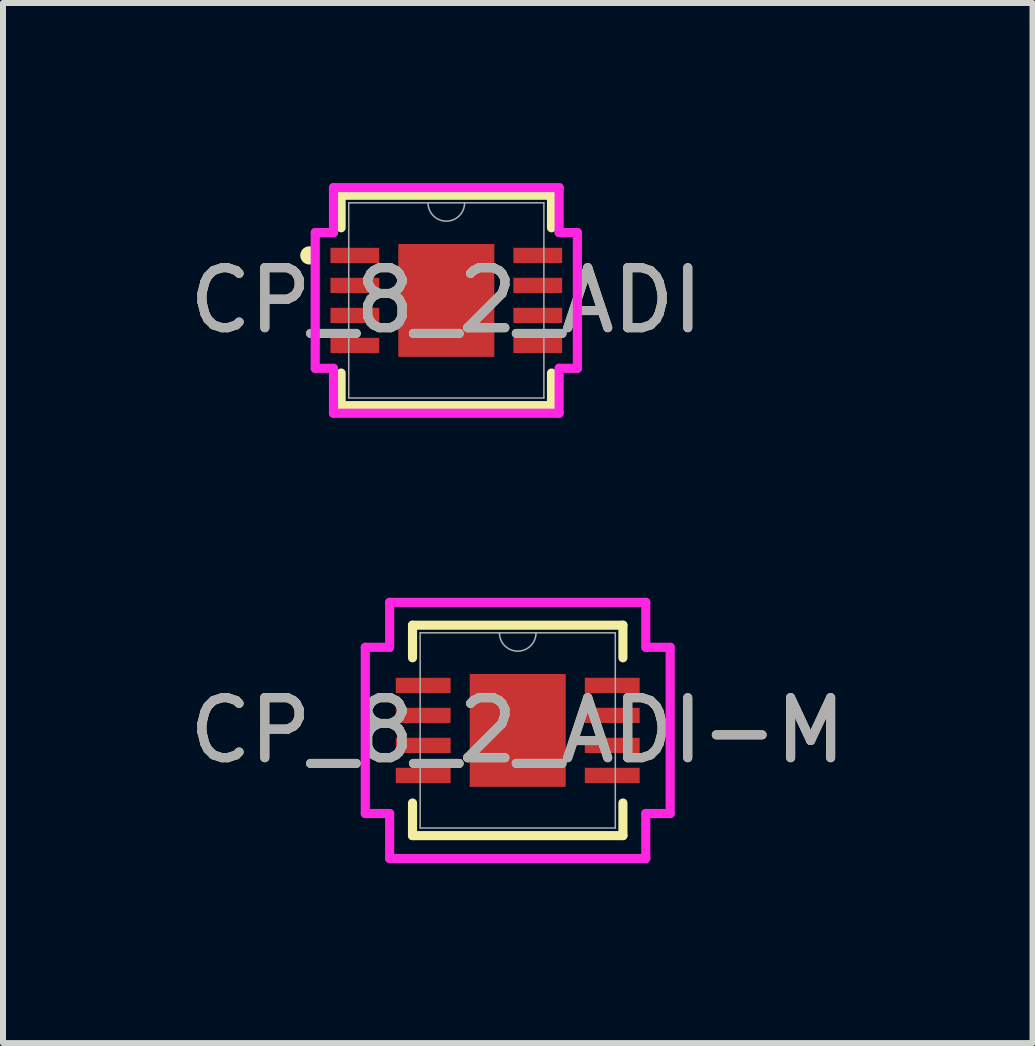
<source format=kicad_pcb>
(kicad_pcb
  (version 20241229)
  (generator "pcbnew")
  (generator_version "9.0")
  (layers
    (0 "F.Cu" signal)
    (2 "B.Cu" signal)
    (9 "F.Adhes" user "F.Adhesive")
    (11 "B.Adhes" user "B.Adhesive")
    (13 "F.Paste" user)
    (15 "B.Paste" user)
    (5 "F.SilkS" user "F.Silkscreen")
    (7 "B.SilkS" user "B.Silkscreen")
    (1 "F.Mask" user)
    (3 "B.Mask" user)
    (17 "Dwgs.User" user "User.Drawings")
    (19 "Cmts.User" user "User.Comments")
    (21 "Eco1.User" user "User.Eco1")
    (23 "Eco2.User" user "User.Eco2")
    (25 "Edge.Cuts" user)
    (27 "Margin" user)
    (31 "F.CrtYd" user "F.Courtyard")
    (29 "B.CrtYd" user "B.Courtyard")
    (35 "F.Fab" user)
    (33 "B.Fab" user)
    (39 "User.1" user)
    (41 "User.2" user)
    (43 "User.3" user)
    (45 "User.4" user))
  (footprint "CP_8_2_ADI"
    (layer "F.Cu")
    (at 4.387 1.956)
    (property "Reference" "CP_8_2_ADI" (at 0 0 0) (unlocked yes) (layer "F.SilkS") (effects (font (size 1 1) (thickness 0.15))))
    (attr smd)
    (fp_line (start -1.753 -1.753) (end -1.753 -1.21) (stroke (width 0.152) (type solid)) (layer "F.SilkS"))
    (fp_line (start -1.753 1.21) (end -1.753 1.753) (stroke (width 0.152) (type solid)) (layer "F.SilkS"))
    (fp_line (start -1.753 1.753) (end 1.753 1.753) (stroke (width 0.152) (type solid)) (layer "F.SilkS"))
    (fp_line (start 1.753 -1.753) (end -1.753 -1.753) (stroke (width 0.152) (type solid)) (layer "F.SilkS"))
    (fp_line (start 1.753 -1.21) (end 1.753 -1.753) (stroke (width 0.152) (type solid)) (layer "F.SilkS"))
    (fp_line (start 1.753 1.753) (end 1.753 1.21) (stroke (width 0.152) (type solid)) (layer "F.SilkS"))
    (fp_arc (start -2.26314 -0.676171) (mid -2.3582 -0.75) (end -2.26314 -0.823829) (stroke (width 0.1524) (type solid)) (layer "F.SilkS"))
    (fp_line (start -2.184 -1.131) (end -1.88 -1.131) (stroke (width 0.152) (type solid)) (layer "F.CrtYd"))
    (fp_line (start -2.184 1.131) (end -2.184 -1.131) (stroke (width 0.152) (type solid)) (layer "F.CrtYd"))
    (fp_line (start -2.184 1.131) (end -1.88 1.131) (stroke (width 0.152) (type solid)) (layer "F.CrtYd"))
    (fp_line (start -1.88 -1.88) (end 1.88 -1.88) (stroke (width 0.152) (type solid)) (layer "F.CrtYd"))
    (fp_line (start -1.88 -1.131) (end -1.88 -1.88) (stroke (width 0.152) (type solid)) (layer "F.CrtYd"))
    (fp_line (start -1.88 1.88) (end -1.88 1.131) (stroke (width 0.152) (type solid)) (layer "F.CrtYd"))
    (fp_line (start 1.88 -1.88) (end 1.88 -1.131) (stroke (width 0.152) (type solid)) (layer "F.CrtYd"))
    (fp_line (start 1.88 1.131) (end 1.88 1.88) (stroke (width 0.152) (type solid)) (layer "F.CrtYd"))
    (fp_line (start 1.88 1.88) (end -1.88 1.88) (stroke (width 0.152) (type solid)) (layer "F.CrtYd"))
    (fp_line (start 2.184 -1.131) (end 1.88 -1.131) (stroke (width 0.152) (type solid)) (layer "F.CrtYd"))
    (fp_line (start 2.184 -1.131) (end 2.184 1.131) (stroke (width 0.152) (type solid)) (layer "F.CrtYd"))
    (fp_line (start 2.184 1.131) (end 1.88 1.131) (stroke (width 0.152) (type solid)) (layer "F.CrtYd"))
    (fp_line (start -1.626 -1.626) (end -1.626 1.626) (stroke (width 0.025) (type solid)) (layer "F.Fab"))
    (fp_line (start -1.626 1.626) (end 1.626 1.626) (stroke (width 0.025) (type solid)) (layer "F.Fab"))
    (fp_line (start 1.626 -1.626) (end -1.626 -1.626) (stroke (width 0.025) (type solid)) (layer "F.Fab"))
    (fp_line (start 1.626 1.626) (end 1.626 -1.626) (stroke (width 0.025) (type solid)) (layer "F.Fab"))
    (fp_arc (start 0.3048 -1.6256) (mid 0 -1.3208) (end -0.3048 -1.6256) (stroke (width 0.0254) (type solid)) (layer "F.Fab"))
    (fp_text user "${REFERENCE}" (at 0 0 0) (unlocked yes) (layer "F.Fab") (effects (font (size 1 1) (thickness 0.15))))
    (pad "1" smd rect (at -1.524 -0.75) (size 0.813 0.254) (layers "F.Cu" "F.Mask" "F.Paste"))
    (pad "2" smd rect (at -1.524 -0.25) (size 0.813 0.254) (layers "F.Cu" "F.Mask" "F.Paste"))
    (pad "3" smd rect (at -1.524 0.25) (size 0.813 0.254) (layers "F.Cu" "F.Mask" "F.Paste"))
    (pad "4" smd rect (at -1.524 0.75) (size 0.813 0.254) (layers "F.Cu" "F.Mask" "F.Paste"))
    (pad "5" smd rect (at 1.524 0.75) (size 0.813 0.254) (layers "F.Cu" "F.Mask" "F.Paste"))
    (pad "6" smd rect (at 1.524 0.25) (size 0.813 0.254) (layers "F.Cu" "F.Mask" "F.Paste"))
    (pad "7" smd rect (at 1.524 -0.25) (size 0.813 0.254) (layers "F.Cu" "F.Mask" "F.Paste"))
    (pad "8" smd rect (at 1.524 -0.75) (size 0.813 0.254) (layers "F.Cu" "F.Mask" "F.Paste"))
    (pad "9" smd rect (at 0 0) (size 1.6 1.88) (layers "F.Cu" "F.Mask" "F.Paste")))
  (footprint "CP_8_2_ADI-M"
    (layer "F.Cu")
    (at 5.577 9.121)
    (property "Reference" "CP_8_2_ADI-M" (at 0 0 0) (unlocked yes) (layer "F.SilkS") (effects (font (size 1 1) (thickness 0.15))))
    (attr smd)
    (fp_line (start -1.753 -1.753) (end -1.753 -1.21) (stroke (width 0.152) (type solid)) (layer "F.SilkS"))
    (fp_line (start -1.753 1.21) (end -1.753 1.753) (stroke (width 0.152) (type solid)) (layer "F.SilkS"))
    (fp_line (start -1.753 1.753) (end 1.753 1.753) (stroke (width 0.152) (type solid)) (layer "F.SilkS"))
    (fp_line (start 1.753 -1.753) (end -1.753 -1.753) (stroke (width 0.152) (type solid)) (layer "F.SilkS"))
    (fp_line (start 1.753 -1.21) (end 1.753 -1.753) (stroke (width 0.152) (type solid)) (layer "F.SilkS"))
    (fp_line (start 1.753 1.753) (end 1.753 1.21) (stroke (width 0.152) (type solid)) (layer "F.SilkS"))
    (fp_line (start -2.54 -1.385) (end -2.134 -1.385) (stroke (width 0.152) (type solid)) (layer "F.CrtYd"))
    (fp_line (start -2.54 1.385) (end -2.54 -1.385) (stroke (width 0.152) (type solid)) (layer "F.CrtYd"))
    (fp_line (start -2.54 1.385) (end -2.134 1.385) (stroke (width 0.152) (type solid)) (layer "F.CrtYd"))
    (fp_line (start -2.134 -2.134) (end 2.134 -2.134) (stroke (width 0.152) (type solid)) (layer "F.CrtYd"))
    (fp_line (start -2.134 -1.385) (end -2.134 -2.134) (stroke (width 0.152) (type solid)) (layer "F.CrtYd"))
    (fp_line (start -2.134 2.134) (end -2.134 1.385) (stroke (width 0.152) (type solid)) (layer "F.CrtYd"))
    (fp_line (start 2.134 -2.134) (end 2.134 -1.385) (stroke (width 0.152) (type solid)) (layer "F.CrtYd"))
    (fp_line (start 2.134 1.385) (end 2.134 2.134) (stroke (width 0.152) (type solid)) (layer "F.CrtYd"))
    (fp_line (start 2.134 2.134) (end -2.134 2.134) (stroke (width 0.152) (type solid)) (layer "F.CrtYd"))
    (fp_line (start 2.54 -1.385) (end 2.134 -1.385) (stroke (width 0.152) (type solid)) (layer "F.CrtYd"))
    (fp_line (start 2.54 -1.385) (end 2.54 1.385) (stroke (width 0.152) (type solid)) (layer "F.CrtYd"))
    (fp_line (start 2.54 1.385) (end 2.134 1.385) (stroke (width 0.152) (type solid)) (layer "F.CrtYd"))
    (fp_line (start -1.626 -1.626) (end -1.626 1.626) (stroke (width 0.025) (type solid)) (layer "F.Fab"))
    (fp_line (start -1.626 1.626) (end 1.626 1.626) (stroke (width 0.025) (type solid)) (layer "F.Fab"))
    (fp_line (start 1.626 -1.626) (end -1.626 -1.626) (stroke (width 0.025) (type solid)) (layer "F.Fab"))
    (fp_line (start 1.626 1.626) (end 1.626 -1.626) (stroke (width 0.025) (type solid)) (layer "F.Fab"))
    (fp_arc (start 0.3048 -1.6256) (mid 0 -1.3208) (end -0.3048 -1.6256) (stroke (width 0.0254) (type solid)) (layer "F.Fab"))
    (fp_text user "${REFERENCE}" (at 0 0 0) (unlocked yes) (layer "F.Fab") (effects (font (size 1 1) (thickness 0.15))))
    (pad "1" smd rect (at -1.575 -0.75) (size 0.914 0.254) (layers "F.Cu" "F.Mask" "F.Paste"))
    (pad "2" smd rect (at -1.575 -0.25) (size 0.914 0.254) (layers "F.Cu" "F.Mask" "F.Paste"))
    (pad "3" smd rect (at -1.575 0.25) (size 0.914 0.254) (layers "F.Cu" "F.Mask" "F.Paste"))
    (pad "4" smd rect (at -1.575 0.75) (size 0.914 0.254) (layers "F.Cu" "F.Mask" "F.Paste"))
    (pad "5" smd rect (at 1.575 0.75) (size 0.914 0.254) (layers "F.Cu" "F.Mask" "F.Paste"))
    (pad "6" smd rect (at 1.575 0.25) (size 0.914 0.254) (layers "F.Cu" "F.Mask" "F.Paste"))
    (pad "7" smd rect (at 1.575 -0.25) (size 0.914 0.254) (layers "F.Cu" "F.Mask" "F.Paste"))
    (pad "8" smd rect (at 1.575 -0.75) (size 0.914 0.254) (layers "F.Cu" "F.Mask" "F.Paste"))
    (pad "9" smd rect (at 0 0) (size 1.6 1.88) (layers "F.Cu" "F.Mask" "F.Paste")))
  (gr_rect
    (start -3 -3)
    (end 14.155 14.331)
    (stroke (width 0.1) (type default))
    (fill no)
    (layer "Edge.Cuts")))
</source>
